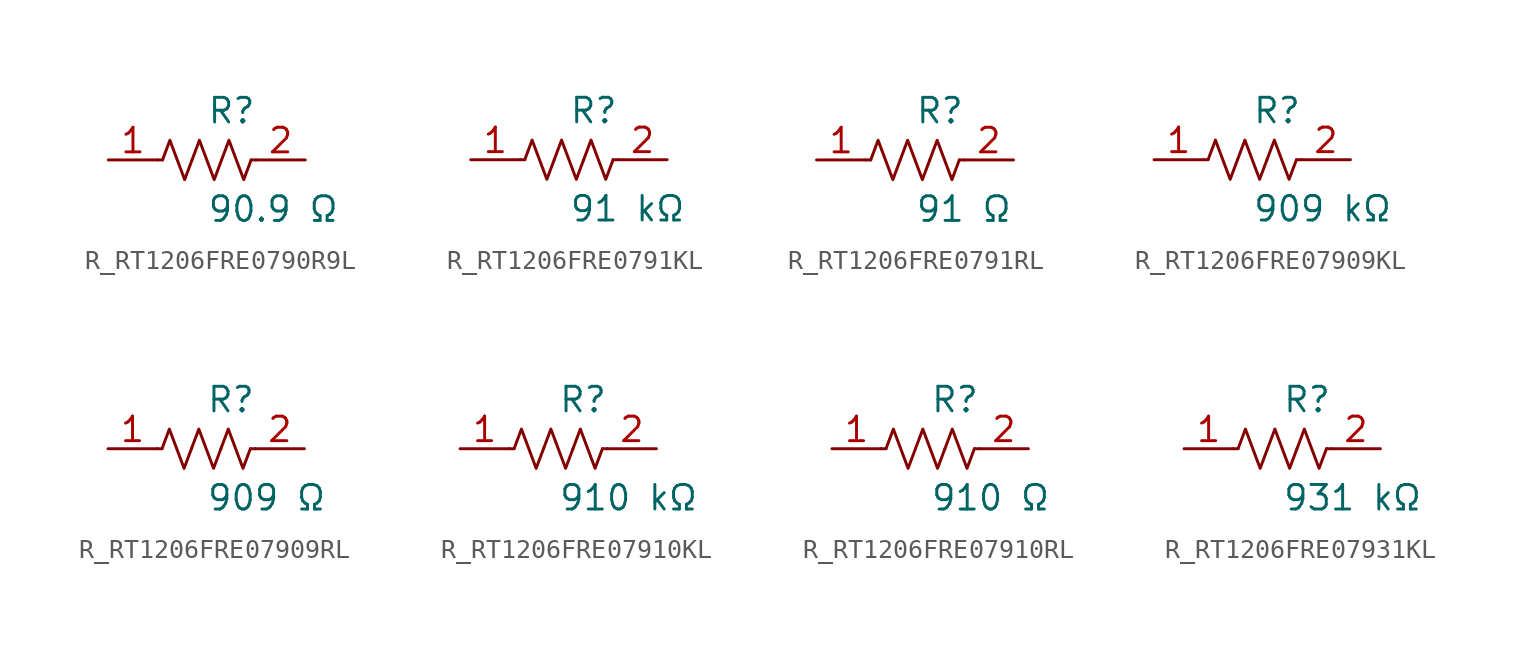
<source format=kicad_sym>
(kicad_symbol_lib
  (version 20231120)
  (generator kicad_symbol_editor)
  (generator_version 8.0)
  (symbol "R_RT1206FRE0790R9L"
    (pin_names
      (offset 0.254))
    (property "Reference" "R"
      (at 0 2.54 0)
      (effects (font (size 1.27 1.27)) (justify left)))
    (property "Value" "90.9 Ω"
      (at 0 -2.54 0)
      (effects (font (size 1.27 1.27)) (justify left)))
    (symbol "R_RT1206FRE0790R9L_0_1"
      (polyline (pts (xy 2.286 0) (xy 2.54 0)) (stroke (width 0) (type default)) (fill (type none)))
      (polyline (pts (xy -2.286 0) (xy -2.54 0)) (stroke (width 0) (type default)) (fill (type none)))
      (polyline (pts (xy 0.762 0) (xy 1.143 1.016) (xy 1.524 0) (xy 1.905 -1.016) (xy 2.286 0)) (stroke (width 0) (type default)) (fill (type none)))
      (polyline (pts (xy -0.762 0) (xy -0.381 1.016) (xy 0 0) (xy 0.381 -1.016) (xy 0.762 0)) (stroke (width 0) (type default)) (fill (type none)))
      (polyline (pts (xy -2.286 0) (xy -1.905 1.016) (xy -1.524 0) (xy -1.143 -1.016) (xy -0.762 0)) (stroke (width 0) (type default)) (fill (type none))))
    (pin unspecified line
      (at -5.08 0 0)
      (length 2.54)
      (name "" (effects (font (size 1.27 1.27))))
      (number "1" (effects (font (size 1.27 1.27)))))
    (pin unspecified line
      (at 5.08 0 180)
      (length 2.54)
      (name "" (effects (font (size 1.27 1.27))))
      (number "2" (effects (font (size 1.27 1.27))))))
  (symbol "R_RT1206FRE0791KL"
    (pin_names
      (offset 0.254))
    (property "Reference" "R"
      (at 0 2.54 0)
      (effects (font (size 1.27 1.27)) (justify left)))
    (property "Value" "91 kΩ"
      (at 0 -2.54 0)
      (effects (font (size 1.27 1.27)) (justify left)))
    (symbol "R_RT1206FRE0791KL_0_1"
      (polyline (pts (xy 2.286 0) (xy 2.54 0)) (stroke (width 0) (type default)) (fill (type none)))
      (polyline (pts (xy -2.286 0) (xy -2.54 0)) (stroke (width 0) (type default)) (fill (type none)))
      (polyline (pts (xy 0.762 0) (xy 1.143 1.016) (xy 1.524 0) (xy 1.905 -1.016) (xy 2.286 0)) (stroke (width 0) (type default)) (fill (type none)))
      (polyline (pts (xy -0.762 0) (xy -0.381 1.016) (xy 0 0) (xy 0.381 -1.016) (xy 0.762 0)) (stroke (width 0) (type default)) (fill (type none)))
      (polyline (pts (xy -2.286 0) (xy -1.905 1.016) (xy -1.524 0) (xy -1.143 -1.016) (xy -0.762 0)) (stroke (width 0) (type default)) (fill (type none))))
    (pin unspecified line
      (at -5.08 0 0)
      (length 2.54)
      (name "" (effects (font (size 1.27 1.27))))
      (number "1" (effects (font (size 1.27 1.27)))))
    (pin unspecified line
      (at 5.08 0 180)
      (length 2.54)
      (name "" (effects (font (size 1.27 1.27))))
      (number "2" (effects (font (size 1.27 1.27))))))
  (symbol "R_RT1206FRE0791RL"
    (pin_names
      (offset 0.254))
    (property "Reference" "R"
      (at 0 2.54 0)
      (effects (font (size 1.27 1.27)) (justify left)))
    (property "Value" "91 Ω"
      (at 0 -2.54 0)
      (effects (font (size 1.27 1.27)) (justify left)))
    (symbol "R_RT1206FRE0791RL_0_1"
      (polyline (pts (xy 2.286 0) (xy 2.54 0)) (stroke (width 0) (type default)) (fill (type none)))
      (polyline (pts (xy -2.286 0) (xy -2.54 0)) (stroke (width 0) (type default)) (fill (type none)))
      (polyline (pts (xy 0.762 0) (xy 1.143 1.016) (xy 1.524 0) (xy 1.905 -1.016) (xy 2.286 0)) (stroke (width 0) (type default)) (fill (type none)))
      (polyline (pts (xy -0.762 0) (xy -0.381 1.016) (xy 0 0) (xy 0.381 -1.016) (xy 0.762 0)) (stroke (width 0) (type default)) (fill (type none)))
      (polyline (pts (xy -2.286 0) (xy -1.905 1.016) (xy -1.524 0) (xy -1.143 -1.016) (xy -0.762 0)) (stroke (width 0) (type default)) (fill (type none))))
    (pin unspecified line
      (at -5.08 0 0)
      (length 2.54)
      (name "" (effects (font (size 1.27 1.27))))
      (number "1" (effects (font (size 1.27 1.27)))))
    (pin unspecified line
      (at 5.08 0 180)
      (length 2.54)
      (name "" (effects (font (size 1.27 1.27))))
      (number "2" (effects (font (size 1.27 1.27))))))
  (symbol "R_RT1206FRE07909KL"
    (pin_names
      (offset 0.254))
    (property "Reference" "R"
      (at 0 2.54 0)
      (effects (font (size 1.27 1.27)) (justify left)))
    (property "Value" "909 kΩ"
      (at 0 -2.54 0)
      (effects (font (size 1.27 1.27)) (justify left)))
    (symbol "R_RT1206FRE07909KL_0_1"
      (polyline (pts (xy 2.286 0) (xy 2.54 0)) (stroke (width 0) (type default)) (fill (type none)))
      (polyline (pts (xy -2.286 0) (xy -2.54 0)) (stroke (width 0) (type default)) (fill (type none)))
      (polyline (pts (xy 0.762 0) (xy 1.143 1.016) (xy 1.524 0) (xy 1.905 -1.016) (xy 2.286 0)) (stroke (width 0) (type default)) (fill (type none)))
      (polyline (pts (xy -0.762 0) (xy -0.381 1.016) (xy 0 0) (xy 0.381 -1.016) (xy 0.762 0)) (stroke (width 0) (type default)) (fill (type none)))
      (polyline (pts (xy -2.286 0) (xy -1.905 1.016) (xy -1.524 0) (xy -1.143 -1.016) (xy -0.762 0)) (stroke (width 0) (type default)) (fill (type none))))
    (pin unspecified line
      (at -5.08 0 0)
      (length 2.54)
      (name "" (effects (font (size 1.27 1.27))))
      (number "1" (effects (font (size 1.27 1.27)))))
    (pin unspecified line
      (at 5.08 0 180)
      (length 2.54)
      (name "" (effects (font (size 1.27 1.27))))
      (number "2" (effects (font (size 1.27 1.27))))))
  (symbol "R_RT1206FRE07909RL"
    (pin_names
      (offset 0.254))
    (property "Reference" "R"
      (at 0 2.54 0)
      (effects (font (size 1.27 1.27)) (justify left)))
    (property "Value" "909 Ω"
      (at 0 -2.54 0)
      (effects (font (size 1.27 1.27)) (justify left)))
    (symbol "R_RT1206FRE07909RL_0_1"
      (polyline (pts (xy 2.286 0) (xy 2.54 0)) (stroke (width 0) (type default)) (fill (type none)))
      (polyline (pts (xy -2.286 0) (xy -2.54 0)) (stroke (width 0) (type default)) (fill (type none)))
      (polyline (pts (xy 0.762 0) (xy 1.143 1.016) (xy 1.524 0) (xy 1.905 -1.016) (xy 2.286 0)) (stroke (width 0) (type default)) (fill (type none)))
      (polyline (pts (xy -0.762 0) (xy -0.381 1.016) (xy 0 0) (xy 0.381 -1.016) (xy 0.762 0)) (stroke (width 0) (type default)) (fill (type none)))
      (polyline (pts (xy -2.286 0) (xy -1.905 1.016) (xy -1.524 0) (xy -1.143 -1.016) (xy -0.762 0)) (stroke (width 0) (type default)) (fill (type none))))
    (pin unspecified line
      (at -5.08 0 0)
      (length 2.54)
      (name "" (effects (font (size 1.27 1.27))))
      (number "1" (effects (font (size 1.27 1.27)))))
    (pin unspecified line
      (at 5.08 0 180)
      (length 2.54)
      (name "" (effects (font (size 1.27 1.27))))
      (number "2" (effects (font (size 1.27 1.27))))))
  (symbol "R_RT1206FRE07910KL"
    (pin_names
      (offset 0.254))
    (property "Reference" "R"
      (at 0 2.54 0)
      (effects (font (size 1.27 1.27)) (justify left)))
    (property "Value" "910 kΩ"
      (at 0 -2.54 0)
      (effects (font (size 1.27 1.27)) (justify left)))
    (symbol "R_RT1206FRE07910KL_0_1"
      (polyline (pts (xy 2.286 0) (xy 2.54 0)) (stroke (width 0) (type default)) (fill (type none)))
      (polyline (pts (xy -2.286 0) (xy -2.54 0)) (stroke (width 0) (type default)) (fill (type none)))
      (polyline (pts (xy 0.762 0) (xy 1.143 1.016) (xy 1.524 0) (xy 1.905 -1.016) (xy 2.286 0)) (stroke (width 0) (type default)) (fill (type none)))
      (polyline (pts (xy -0.762 0) (xy -0.381 1.016) (xy 0 0) (xy 0.381 -1.016) (xy 0.762 0)) (stroke (width 0) (type default)) (fill (type none)))
      (polyline (pts (xy -2.286 0) (xy -1.905 1.016) (xy -1.524 0) (xy -1.143 -1.016) (xy -0.762 0)) (stroke (width 0) (type default)) (fill (type none))))
    (pin unspecified line
      (at -5.08 0 0)
      (length 2.54)
      (name "" (effects (font (size 1.27 1.27))))
      (number "1" (effects (font (size 1.27 1.27)))))
    (pin unspecified line
      (at 5.08 0 180)
      (length 2.54)
      (name "" (effects (font (size 1.27 1.27))))
      (number "2" (effects (font (size 1.27 1.27))))))
  (symbol "R_RT1206FRE07910RL"
    (pin_names
      (offset 0.254))
    (property "Reference" "R"
      (at 0 2.54 0)
      (effects (font (size 1.27 1.27)) (justify left)))
    (property "Value" "910 Ω"
      (at 0 -2.54 0)
      (effects (font (size 1.27 1.27)) (justify left)))
    (symbol "R_RT1206FRE07910RL_0_1"
      (polyline (pts (xy 2.286 0) (xy 2.54 0)) (stroke (width 0) (type default)) (fill (type none)))
      (polyline (pts (xy -2.286 0) (xy -2.54 0)) (stroke (width 0) (type default)) (fill (type none)))
      (polyline (pts (xy 0.762 0) (xy 1.143 1.016) (xy 1.524 0) (xy 1.905 -1.016) (xy 2.286 0)) (stroke (width 0) (type default)) (fill (type none)))
      (polyline (pts (xy -0.762 0) (xy -0.381 1.016) (xy 0 0) (xy 0.381 -1.016) (xy 0.762 0)) (stroke (width 0) (type default)) (fill (type none)))
      (polyline (pts (xy -2.286 0) (xy -1.905 1.016) (xy -1.524 0) (xy -1.143 -1.016) (xy -0.762 0)) (stroke (width 0) (type default)) (fill (type none))))
    (pin unspecified line
      (at -5.08 0 0)
      (length 2.54)
      (name "" (effects (font (size 1.27 1.27))))
      (number "1" (effects (font (size 1.27 1.27)))))
    (pin unspecified line
      (at 5.08 0 180)
      (length 2.54)
      (name "" (effects (font (size 1.27 1.27))))
      (number "2" (effects (font (size 1.27 1.27))))))
  (symbol "R_RT1206FRE07931KL"
    (pin_names
      (offset 0.254))
    (property "Reference" "R"
      (at 0 2.54 0)
      (effects (font (size 1.27 1.27)) (justify left)))
    (property "Value" "931 kΩ"
      (at 0 -2.54 0)
      (effects (font (size 1.27 1.27)) (justify left)))
    (symbol "R_RT1206FRE07931KL_0_1"
      (polyline (pts (xy 2.286 0) (xy 2.54 0)) (stroke (width 0) (type default)) (fill (type none)))
      (polyline (pts (xy -2.286 0) (xy -2.54 0)) (stroke (width 0) (type default)) (fill (type none)))
      (polyline (pts (xy 0.762 0) (xy 1.143 1.016) (xy 1.524 0) (xy 1.905 -1.016) (xy 2.286 0)) (stroke (width 0) (type default)) (fill (type none)))
      (polyline (pts (xy -0.762 0) (xy -0.381 1.016) (xy 0 0) (xy 0.381 -1.016) (xy 0.762 0)) (stroke (width 0) (type default)) (fill (type none)))
      (polyline (pts (xy -2.286 0) (xy -1.905 1.016) (xy -1.524 0) (xy -1.143 -1.016) (xy -0.762 0)) (stroke (width 0) (type default)) (fill (type none))))
    (pin unspecified line
      (at -5.08 0 0)
      (length 2.54)
      (name "" (effects (font (size 1.27 1.27))))
      (number "1" (effects (font (size 1.27 1.27)))))
    (pin unspecified line
      (at 5.08 0 180)
      (length 2.54)
      (name "" (effects (font (size 1.27 1.27))))
      (number "2" (effects (font (size 1.27 1.27)))))))
</source>
